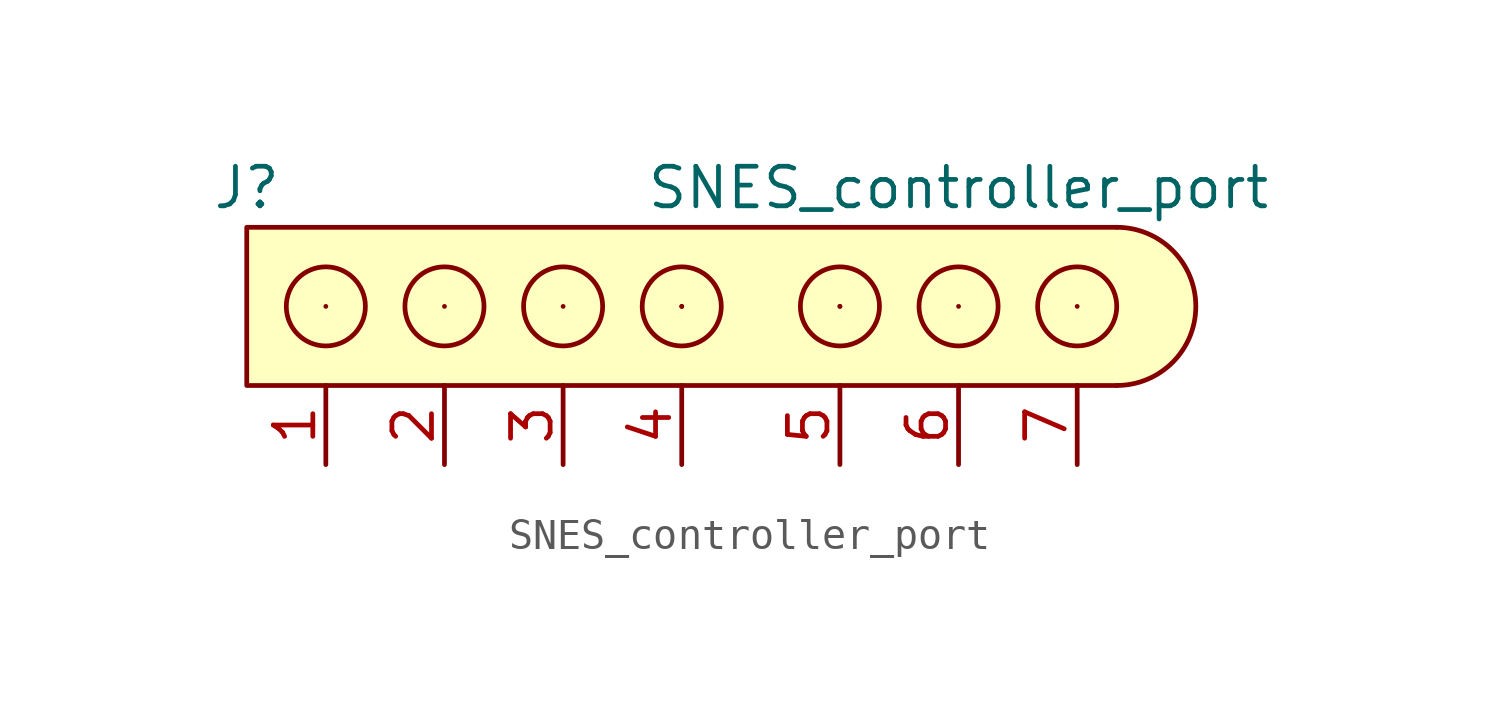
<source format=kicad_sym>
(kicad_symbol_lib
  (version 20231120)
  (generator "kicad_symbol_editor")
  (generator_version "8.0")
  (symbol "SNES_controller_port"
    (pin_names
      (offset 5.08))
    (property "Reference" "J"
      (at -13.97 3.81 0)
      (effects (font (size 1.27 1.27))))
    (property "Value" "SNES_controller_port"
      (at 8.89 3.81 0)
      (effects (font (size 1.27 1.27))))
    (symbol "SNES_controller_port_0_1"
      (circle (center -11.43 0) (radius 1.27) (stroke (width 0) (type default)) (fill (type none)))
      (circle (center -7.62 0) (radius 1.27) (stroke (width 0) (type default)) (fill (type none)))
      (circle (center -3.81 0) (radius 1.27) (stroke (width 0) (type default)) (fill (type none)))
      (polyline (pts (xy -11.43 0) (xy -11.43 0)) (stroke (width 0) (type default)) (fill (type none)))
      (polyline (pts (xy -7.62 0) (xy -7.62 0)) (stroke (width 0) (type default)) (fill (type none)))
      (polyline (pts (xy -3.81 0) (xy -3.81 0)) (stroke (width 0) (type default)) (fill (type none)))
      (polyline (pts (xy 0 0) (xy 0 0)) (stroke (width 0) (type default)) (fill (type none)))
      (polyline (pts (xy 0 0) (xy 0 0)) (stroke (width 0) (type default)) (fill (type none)))
      (polyline (pts (xy 5.08 0) (xy 5.08 0)) (stroke (width 0) (type default)) (fill (type none)))
      (polyline (pts (xy 5.08 0) (xy 5.08 0)) (stroke (width 0) (type default)) (fill (type none)))
      (polyline (pts (xy 8.89 0) (xy 8.89 0)) (stroke (width 0) (type default)) (fill (type none)))
      (polyline (pts (xy 12.7 0) (xy 12.7 0)) (stroke (width 0) (type default)) (fill (type none)))
      (polyline (pts (xy 13.97 2.54) (xy -13.97 2.54) (xy -13.97 -2.54) (xy 13.97 -2.54)) (stroke (width 0) (type default)) (fill (type background)))
      (circle (center 0 0) (radius 1.27) (stroke (width 0) (type default)) (fill (type none)))
      (circle (center 5.08 0) (radius 1.27) (stroke (width 0) (type default)) (fill (type none)))
      (circle (center 8.89 0) (radius 1.27) (stroke (width 0) (type default)) (fill (type none)))
      (circle (center 12.7 0) (radius 1.27) (stroke (width 0) (type default)) (fill (type none)))
      (arc (start 13.97 -2.54) (mid 16.499 0) (end 13.97 2.54) (stroke (width 0) (type default)) (fill (type background))))
    (symbol "SNES_controller_port_1_1"
      (pin power_in line (at -11.43 -5.08 90) (length 2.54) (name "~" (effects (font (size 1.27 1.27)))) (number "1" (effects (font (size 1.27 1.27)))))
      (pin input line (at -7.62 -5.08 90) (length 2.54) (name "~" (effects (font (size 1.27 1.27)))) (number "2" (effects (font (size 1.27 1.27)))))
      (pin input line (at -3.81 -5.08 90) (length 2.54) (name "~" (effects (font (size 1.27 1.27)))) (number "3" (effects (font (size 1.27 1.27)))))
      (pin input line (at 0 -5.08 90) (length 2.54) (name "~" (effects (font (size 1.27 1.27)))) (number "4" (effects (font (size 1.27 1.27)))))
      (pin input line (at 5.08 -5.08 90) (length 2.54) (name "~" (effects (font (size 1.27 1.27)))) (number "5" (effects (font (size 1.27 1.27)))))
      (pin input line (at 8.89 -5.08 90) (length 2.54) (name "~" (effects (font (size 1.27 1.27)))) (number "6" (effects (font (size 1.27 1.27)))))
      (pin power_in line (at 12.7 -5.08 90) (length 2.54) (name "~" (effects (font (size 1.27 1.27)))) (number "7" (effects (font (size 1.27 1.27))))))))
</source>
